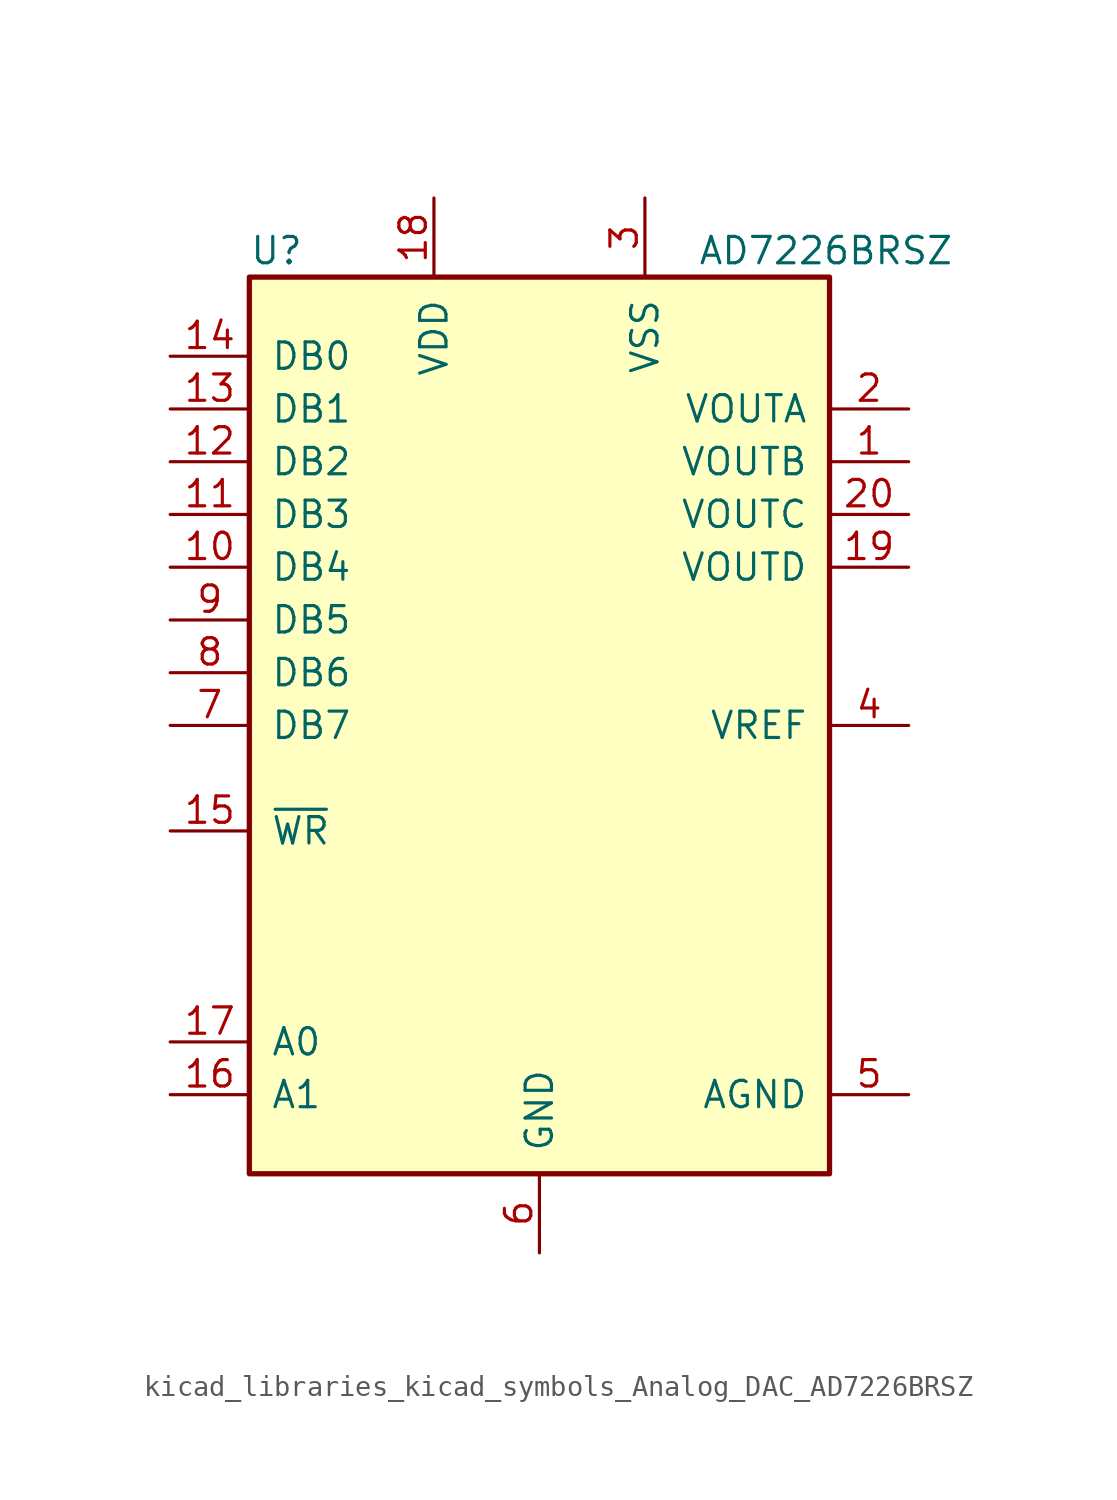
<source format=kicad_sym>
(kicad_symbol_lib
  (version 20220914)
  (generator kicad_symbol_editor)
  (symbol "kicad_libraries_kicad_symbols_Analog_DAC_AD7226BRSZ"
    (pin_names
      (offset 1.016))
    (property "Reference" "U"
      (at -13.97 22.86 0)
      (effects (font (size 1.27 1.27)) (justify left)))
    (property "Value" "AD7226BRSZ"
      (at 7.62 22.86 0)
      (effects (font (size 1.27 1.27)) (justify left)))
    (symbol "kicad_libraries_kicad_symbols_Analog_DAC_AD7226BRSZ_0_1"
      (rectangle (start -13.97 -21.59) (end 13.97 21.59) (stroke (width 0.254) (type default)) (fill (type background))))
    (symbol "kicad_libraries_kicad_symbols_Analog_DAC_AD7226BRSZ_1_1"
      (pin output line (at 17.78 12.7 180) (length 3.81) (name "VOUTB" (effects (font (size 1.27 1.27)))) (number "1" (effects (font (size 1.27 1.27)))))
      (pin input line (at -17.78 7.62 0) (length 3.81) (name "DB4" (effects (font (size 1.27 1.27)))) (number "10" (effects (font (size 1.27 1.27)))))
      (pin input line (at -17.78 10.16 0) (length 3.81) (name "DB3" (effects (font (size 1.27 1.27)))) (number "11" (effects (font (size 1.27 1.27)))))
      (pin input line (at -17.78 12.7 0) (length 3.81) (name "DB2" (effects (font (size 1.27 1.27)))) (number "12" (effects (font (size 1.27 1.27)))))
      (pin input line (at -17.78 15.24 0) (length 3.81) (name "DB1" (effects (font (size 1.27 1.27)))) (number "13" (effects (font (size 1.27 1.27)))))
      (pin input line (at -17.78 17.78 0) (length 3.81) (name "DB0" (effects (font (size 1.27 1.27)))) (number "14" (effects (font (size 1.27 1.27)))))
      (pin input line (at -17.78 -5.08 0) (length 3.81) (name "~{WR}" (effects (font (size 1.27 1.27)))) (number "15" (effects (font (size 1.27 1.27)))))
      (pin input line (at -17.78 -17.78 0) (length 3.81) (name "A1" (effects (font (size 1.27 1.27)))) (number "16" (effects (font (size 1.27 1.27)))))
      (pin input line (at -17.78 -15.24 0) (length 3.81) (name "A0" (effects (font (size 1.27 1.27)))) (number "17" (effects (font (size 1.27 1.27)))))
      (pin power_in line (at -5.08 25.4 270) (length 3.81) (name "VDD" (effects (font (size 1.27 1.27)))) (number "18" (effects (font (size 1.27 1.27)))))
      (pin output line (at 17.78 7.62 180) (length 3.81) (name "VOUTD" (effects (font (size 1.27 1.27)))) (number "19" (effects (font (size 1.27 1.27)))))
      (pin output line (at 17.78 15.24 180) (length 3.81) (name "VOUTA" (effects (font (size 1.27 1.27)))) (number "2" (effects (font (size 1.27 1.27)))))
      (pin output line (at 17.78 10.16 180) (length 3.81) (name "VOUTC" (effects (font (size 1.27 1.27)))) (number "20" (effects (font (size 1.27 1.27)))))
      (pin power_in line (at 5.08 25.4 270) (length 3.81) (name "VSS" (effects (font (size 1.27 1.27)))) (number "3" (effects (font (size 1.27 1.27)))))
      (pin input line (at 17.78 0 180) (length 3.81) (name "VREF" (effects (font (size 1.27 1.27)))) (number "4" (effects (font (size 1.27 1.27)))))
      (pin input line (at 17.78 -17.78 180) (length 3.81) (name "AGND" (effects (font (size 1.27 1.27)))) (number "5" (effects (font (size 1.27 1.27)))))
      (pin power_in line (at 0 -25.4 90) (length 3.81) (name "GND" (effects (font (size 1.27 1.27)))) (number "6" (effects (font (size 1.27 1.27)))))
      (pin input line (at -17.78 0 0) (length 3.81) (name "DB7" (effects (font (size 1.27 1.27)))) (number "7" (effects (font (size 1.27 1.27)))))
      (pin input line (at -17.78 2.54 0) (length 3.81) (name "DB6" (effects (font (size 1.27 1.27)))) (number "8" (effects (font (size 1.27 1.27)))))
      (pin input line (at -17.78 5.08 0) (length 3.81) (name "DB5" (effects (font (size 1.27 1.27)))) (number "9" (effects (font (size 1.27 1.27))))))))
</source>
